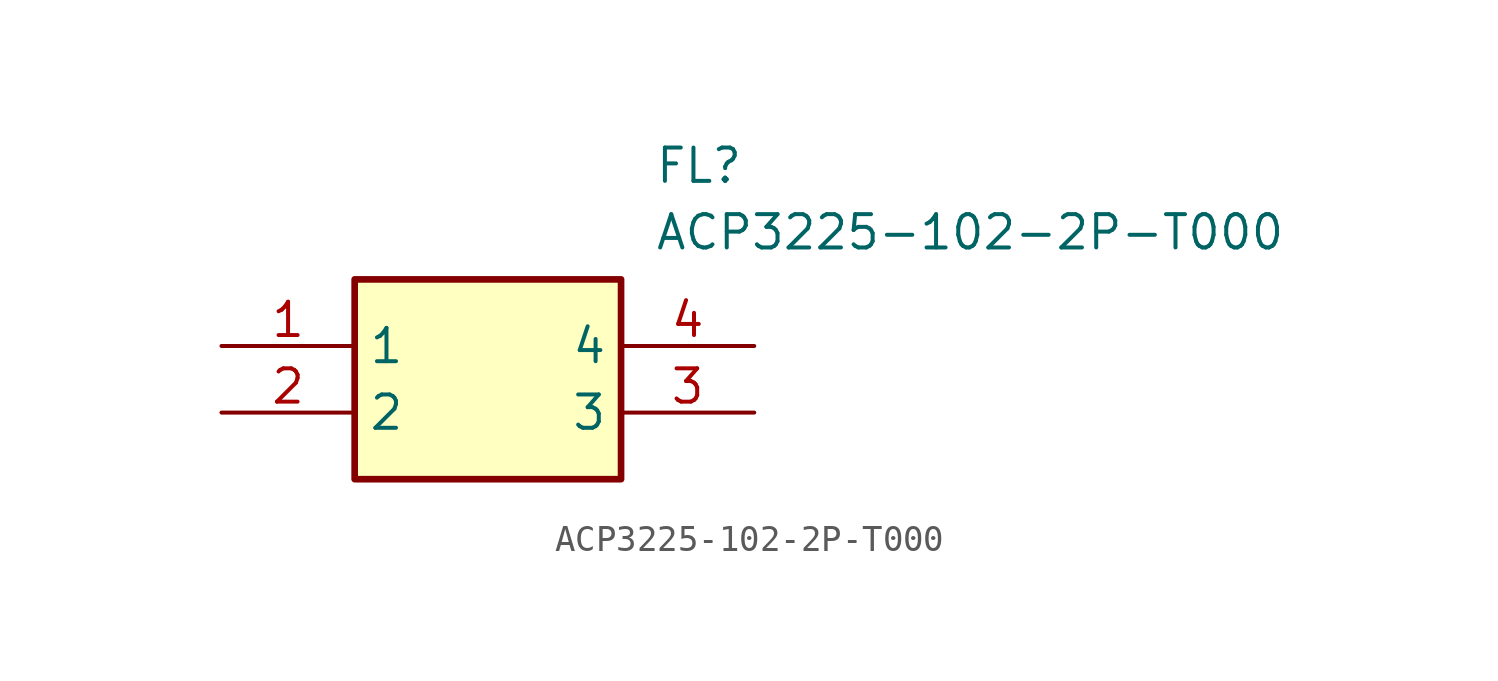
<source format=kicad_sym>
(kicad_symbol_lib
  (version 20211014)
  (generator SamacSys_ECAD_Model)
  (symbol "ACP3225-102-2P-T000"
    (property "Reference" "FL"
      (at 16.51 7.62 0)
      (effects (font (size 1.27 1.27)) (justify left top)))
    (property "Value" "ACP3225-102-2P-T000"
      (at 16.51 5.08 0)
      (effects (font (size 1.27 1.27)) (justify left top)))
    (rectangle
      (start 5.08 2.54)
      (end 15.24 -5.08)
      (stroke (width 0.254) (type default))
      (fill (type background)))
    (pin passive line
      (at 0 0 0)
      (length 5.08)
      (name "1" (effects (font (size 1.27 1.27))))
      (number "1" (effects (font (size 1.27 1.27)))))
    (pin passive line
      (at 0 -2.54 0)
      (length 5.08)
      (name "2" (effects (font (size 1.27 1.27))))
      (number "2" (effects (font (size 1.27 1.27)))))
    (pin passive line
      (at 20.32 -2.54 180)
      (length 5.08)
      (name "3" (effects (font (size 1.27 1.27))))
      (number "3" (effects (font (size 1.27 1.27)))))
    (pin passive line
      (at 20.32 0 180)
      (length 5.08)
      (name "4" (effects (font (size 1.27 1.27))))
      (number "4" (effects (font (size 1.27 1.27)))))))
</source>
